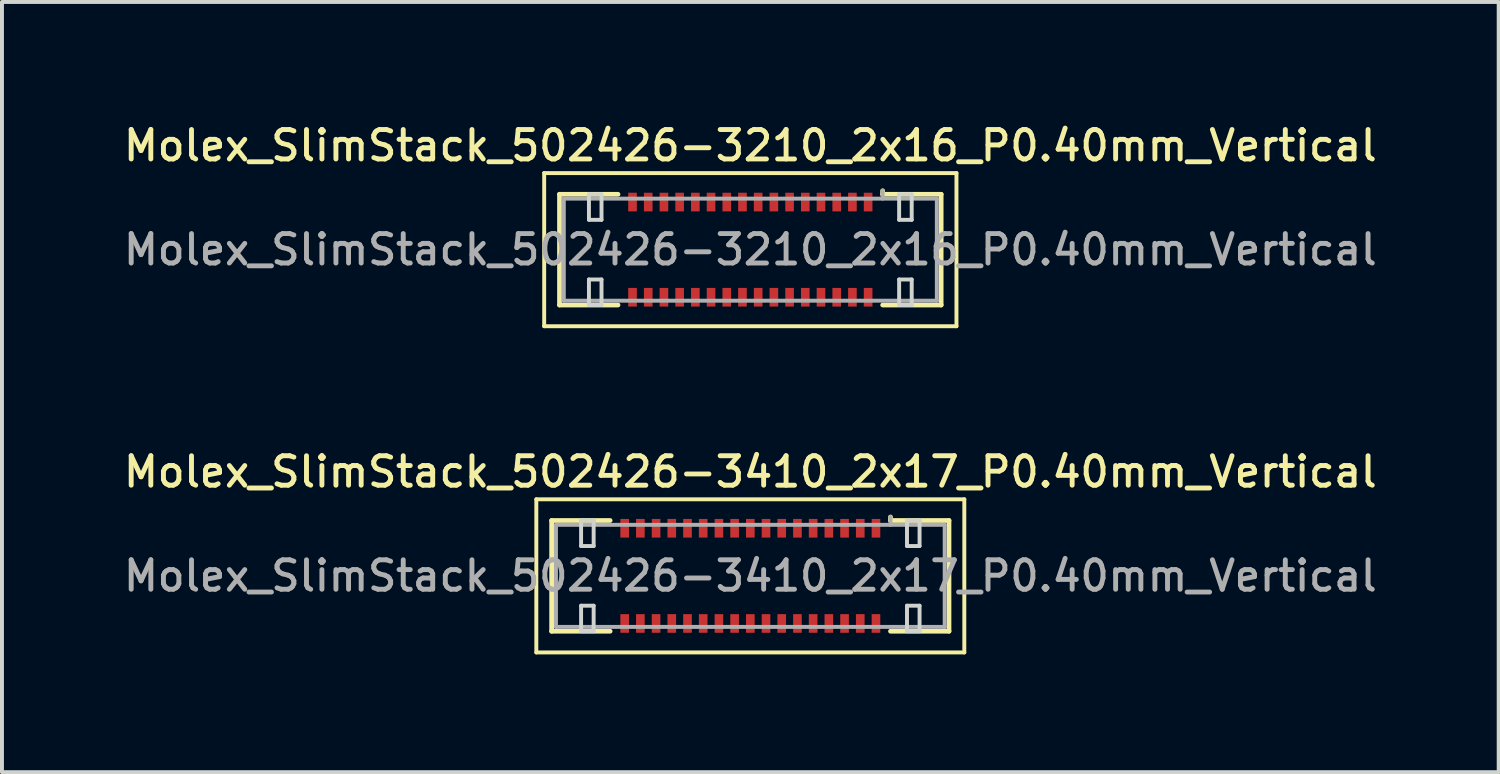
<source format=kicad_pcb>
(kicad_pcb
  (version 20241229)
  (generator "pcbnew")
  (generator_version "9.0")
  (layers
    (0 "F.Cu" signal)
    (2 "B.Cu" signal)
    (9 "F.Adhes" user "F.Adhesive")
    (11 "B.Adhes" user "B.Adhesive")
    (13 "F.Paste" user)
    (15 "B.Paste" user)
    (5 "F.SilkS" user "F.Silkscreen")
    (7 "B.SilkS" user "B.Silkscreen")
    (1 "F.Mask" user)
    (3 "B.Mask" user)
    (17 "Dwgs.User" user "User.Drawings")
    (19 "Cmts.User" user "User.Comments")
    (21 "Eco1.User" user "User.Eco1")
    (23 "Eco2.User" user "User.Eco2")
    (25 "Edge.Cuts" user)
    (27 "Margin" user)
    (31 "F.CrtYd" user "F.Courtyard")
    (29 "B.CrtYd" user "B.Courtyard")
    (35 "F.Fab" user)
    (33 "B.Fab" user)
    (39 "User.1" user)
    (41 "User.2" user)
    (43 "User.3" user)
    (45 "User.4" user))
  (footprint "Molex_SlimStack_502426-3410_2x17_P0.40mm_Vertical"
    (layer "F.Cu")
    (at 16.059 11.616)
    (property "Reference" "Molex_SlimStack_502426-3410_2x17_P0.40mm_Vertical" (at 0 -2.65 0) (layer "F.SilkS") (effects (font (size 0.75 0.75) (thickness 0.125))))
    (attr smd)
    (fp_line (start -5.45 -1.95) (end -5.45 1.95) (stroke (width 0.1) (type solid)) (layer "F.SilkS"))
    (fp_line (start -5.45 1.95) (end 5.45 1.95) (stroke (width 0.1) (type solid)) (layer "F.SilkS"))
    (fp_line (start -5.06 -1.41) (end -3.57 -1.41) (stroke (width 0.12) (type solid)) (layer "F.SilkS"))
    (fp_line (start -5.06 1.41) (end -5.06 -1.41) (stroke (width 0.12) (type solid)) (layer "F.SilkS"))
    (fp_line (start -3.57 1.41) (end -5.06 1.41) (stroke (width 0.12) (type solid)) (layer "F.SilkS"))
    (fp_line (start 3.57 -1.41) (end 3.57 -1.5) (stroke (width 0.12) (type solid)) (layer "F.SilkS"))
    (fp_line (start 3.57 1.41) (end 5.06 1.41) (stroke (width 0.12) (type solid)) (layer "F.SilkS"))
    (fp_line (start 5.06 -1.41) (end 3.57 -1.41) (stroke (width 0.12) (type solid)) (layer "F.SilkS"))
    (fp_line (start 5.06 1.41) (end 5.06 -1.41) (stroke (width 0.12) (type solid)) (layer "F.SilkS"))
    (fp_line (start 5.45 -1.95) (end -5.45 -1.95) (stroke (width 0.1) (type solid)) (layer "F.SilkS"))
    (fp_line (start 5.45 1.95) (end 5.45 -1.95) (stroke (width 0.1) (type solid)) (layer "F.SilkS"))
    (fp_line (start -4.31 -1.41) (end -4.31 -0.76) (stroke (width 0.1) (type solid)) (layer "Edge.Cuts"))
    (fp_line (start -4.31 -0.76) (end -3.99 -0.76) (stroke (width 0.1) (type solid)) (layer "Edge.Cuts"))
    (fp_line (start -4.31 0.76) (end -4.31 1.41) (stroke (width 0.1) (type solid)) (layer "Edge.Cuts"))
    (fp_line (start -4.31 1.41) (end -3.99 1.41) (stroke (width 0.1) (type solid)) (layer "Edge.Cuts"))
    (fp_line (start -3.99 -1.41) (end -4.31 -1.41) (stroke (width 0.1) (type solid)) (layer "Edge.Cuts"))
    (fp_line (start -3.99 -0.76) (end -3.99 -1.41) (stroke (width 0.1) (type solid)) (layer "Edge.Cuts"))
    (fp_line (start -3.99 0.76) (end -4.31 0.76) (stroke (width 0.1) (type solid)) (layer "Edge.Cuts"))
    (fp_line (start -3.99 1.41) (end -3.99 0.76) (stroke (width 0.1) (type solid)) (layer "Edge.Cuts"))
    (fp_line (start 3.99 -1.41) (end 3.99 -0.76) (stroke (width 0.1) (type solid)) (layer "Edge.Cuts"))
    (fp_line (start 3.99 -0.76) (end 4.31 -0.76) (stroke (width 0.1) (type solid)) (layer "Edge.Cuts"))
    (fp_line (start 3.99 0.76) (end 3.99 1.41) (stroke (width 0.1) (type solid)) (layer "Edge.Cuts"))
    (fp_line (start 3.99 1.41) (end 4.31 1.41) (stroke (width 0.1) (type solid)) (layer "Edge.Cuts"))
    (fp_line (start 4.31 -1.41) (end 3.99 -1.41) (stroke (width 0.1) (type solid)) (layer "Edge.Cuts"))
    (fp_line (start 4.31 -0.76) (end 4.31 -1.41) (stroke (width 0.1) (type solid)) (layer "Edge.Cuts"))
    (fp_line (start 4.31 0.76) (end 3.99 0.76) (stroke (width 0.1) (type solid)) (layer "Edge.Cuts"))
    (fp_line (start 4.31 1.41) (end 4.31 0.76) (stroke (width 0.1) (type solid)) (layer "Edge.Cuts"))
    (fp_line (start -4.95 -1.3) (end -4.95 1.3) (stroke (width 0.1) (type solid)) (layer "F.Fab"))
    (fp_line (start -4.95 1.3) (end 4.95 1.3) (stroke (width 0.1) (type solid)) (layer "F.Fab"))
    (fp_line (start 3.57 -1.3) (end 3.57 -1.5) (stroke (width 0.1) (type solid)) (layer "F.Fab"))
    (fp_line (start 4.95 -1.3) (end -4.95 -1.3) (stroke (width 0.1) (type solid)) (layer "F.Fab"))
    (fp_line (start 4.95 1.3) (end 4.95 -1.3) (stroke (width 0.1) (type solid)) (layer "F.Fab"))
    (fp_text user "${REFERENCE}" (at 0 0 0) (layer "F.Fab") (effects (font (size 0.75 0.75) (thickness 0.125))))
    (pad "1" smd rect (at 3.2 -1.212) (size 0.22 0.475) (layers "F.Cu" "F.Mask" "F.Paste"))
    (pad "2" smd rect (at 3.2 1.212) (size 0.22 0.475) (layers "F.Cu" "F.Mask" "F.Paste"))
    (pad "3" smd rect (at 2.8 -1.212) (size 0.22 0.475) (layers "F.Cu" "F.Mask" "F.Paste"))
    (pad "4" smd rect (at 2.8 1.212) (size 0.22 0.475) (layers "F.Cu" "F.Mask" "F.Paste"))
    (pad "5" smd rect (at 2.4 -1.212) (size 0.22 0.475) (layers "F.Cu" "F.Mask" "F.Paste"))
    (pad "6" smd rect (at 2.4 1.212) (size 0.22 0.475) (layers "F.Cu" "F.Mask" "F.Paste"))
    (pad "7" smd rect (at 2 -1.212) (size 0.22 0.475) (layers "F.Cu" "F.Mask" "F.Paste"))
    (pad "8" smd rect (at 2 1.212) (size 0.22 0.475) (layers "F.Cu" "F.Mask" "F.Paste"))
    (pad "9" smd rect (at 1.6 -1.212) (size 0.22 0.475) (layers "F.Cu" "F.Mask" "F.Paste"))
    (pad "10" smd rect (at 1.6 1.212) (size 0.22 0.475) (layers "F.Cu" "F.Mask" "F.Paste"))
    (pad "11" smd rect (at 1.2 -1.212) (size 0.22 0.475) (layers "F.Cu" "F.Mask" "F.Paste"))
    (pad "12" smd rect (at 1.2 1.212) (size 0.22 0.475) (layers "F.Cu" "F.Mask" "F.Paste"))
    (pad "13" smd rect (at 0.8 -1.212) (size 0.22 0.475) (layers "F.Cu" "F.Mask" "F.Paste"))
    (pad "14" smd rect (at 0.8 1.212) (size 0.22 0.475) (layers "F.Cu" "F.Mask" "F.Paste"))
    (pad "15" smd rect (at 0.4 -1.212) (size 0.22 0.475) (layers "F.Cu" "F.Mask" "F.Paste"))
    (pad "16" smd rect (at 0.4 1.212) (size 0.22 0.475) (layers "F.Cu" "F.Mask" "F.Paste"))
    (pad "17" smd rect (at 0 -1.212) (size 0.22 0.475) (layers "F.Cu" "F.Mask" "F.Paste"))
    (pad "18" smd rect (at 0 1.212) (size 0.22 0.475) (layers "F.Cu" "F.Mask" "F.Paste"))
    (pad "19" smd rect (at -0.4 -1.212) (size 0.22 0.475) (layers "F.Cu" "F.Mask" "F.Paste"))
    (pad "20" smd rect (at -0.4 1.212) (size 0.22 0.475) (layers "F.Cu" "F.Mask" "F.Paste"))
    (pad "21" smd rect (at -0.8 -1.212) (size 0.22 0.475) (layers "F.Cu" "F.Mask" "F.Paste"))
    (pad "22" smd rect (at -0.8 1.212) (size 0.22 0.475) (layers "F.Cu" "F.Mask" "F.Paste"))
    (pad "23" smd rect (at -1.2 -1.212) (size 0.22 0.475) (layers "F.Cu" "F.Mask" "F.Paste"))
    (pad "24" smd rect (at -1.2 1.212) (size 0.22 0.475) (layers "F.Cu" "F.Mask" "F.Paste"))
    (pad "25" smd rect (at -1.6 -1.212) (size 0.22 0.475) (layers "F.Cu" "F.Mask" "F.Paste"))
    (pad "26" smd rect (at -1.6 1.212) (size 0.22 0.475) (layers "F.Cu" "F.Mask" "F.Paste"))
    (pad "27" smd rect (at -2 -1.212) (size 0.22 0.475) (layers "F.Cu" "F.Mask" "F.Paste"))
    (pad "28" smd rect (at -2 1.212) (size 0.22 0.475) (layers "F.Cu" "F.Mask" "F.Paste"))
    (pad "29" smd rect (at -2.4 -1.212) (size 0.22 0.475) (layers "F.Cu" "F.Mask" "F.Paste"))
    (pad "30" smd rect (at -2.4 1.212) (size 0.22 0.475) (layers "F.Cu" "F.Mask" "F.Paste"))
    (pad "31" smd rect (at -2.8 -1.212) (size 0.22 0.475) (layers "F.Cu" "F.Mask" "F.Paste"))
    (pad "32" smd rect (at -2.8 1.212) (size 0.22 0.475) (layers "F.Cu" "F.Mask" "F.Paste"))
    (pad "33" smd rect (at -3.2 -1.212) (size 0.22 0.475) (layers "F.Cu" "F.Mask" "F.Paste"))
    (pad "34" smd rect (at -3.2 1.212) (size 0.22 0.475) (layers "F.Cu" "F.Mask" "F.Paste")))
  (footprint "Molex_SlimStack_502426-3210_2x16_P0.40mm_Vertical"
    (layer "F.Cu")
    (at 16.059 3.308)
    (property "Reference" "Molex_SlimStack_502426-3210_2x16_P0.40mm_Vertical" (at 0 -2.65 0) (layer "F.SilkS") (effects (font (size 0.75 0.75) (thickness 0.125))))
    (attr smd)
    (fp_line (start -5.25 -1.95) (end -5.25 1.95) (stroke (width 0.1) (type solid)) (layer "F.SilkS"))
    (fp_line (start -5.25 1.95) (end 5.25 1.95) (stroke (width 0.1) (type solid)) (layer "F.SilkS"))
    (fp_line (start -4.86 -1.41) (end -3.37 -1.41) (stroke (width 0.12) (type solid)) (layer "F.SilkS"))
    (fp_line (start -4.86 1.41) (end -4.86 -1.41) (stroke (width 0.12) (type solid)) (layer "F.SilkS"))
    (fp_line (start -3.37 1.41) (end -4.86 1.41) (stroke (width 0.12) (type solid)) (layer "F.SilkS"))
    (fp_line (start 3.37 -1.41) (end 3.37 -1.5) (stroke (width 0.12) (type solid)) (layer "F.SilkS"))
    (fp_line (start 3.37 1.41) (end 4.86 1.41) (stroke (width 0.12) (type solid)) (layer "F.SilkS"))
    (fp_line (start 4.86 -1.41) (end 3.37 -1.41) (stroke (width 0.12) (type solid)) (layer "F.SilkS"))
    (fp_line (start 4.86 1.41) (end 4.86 -1.41) (stroke (width 0.12) (type solid)) (layer "F.SilkS"))
    (fp_line (start 5.25 -1.95) (end -5.25 -1.95) (stroke (width 0.1) (type solid)) (layer "F.SilkS"))
    (fp_line (start 5.25 1.95) (end 5.25 -1.95) (stroke (width 0.1) (type solid)) (layer "F.SilkS"))
    (fp_line (start -4.11 -1.41) (end -4.11 -0.76) (stroke (width 0.1) (type solid)) (layer "Edge.Cuts"))
    (fp_line (start -4.11 -0.76) (end -3.79 -0.76) (stroke (width 0.1) (type solid)) (layer "Edge.Cuts"))
    (fp_line (start -4.11 0.76) (end -4.11 1.41) (stroke (width 0.1) (type solid)) (layer "Edge.Cuts"))
    (fp_line (start -4.11 1.41) (end -3.79 1.41) (stroke (width 0.1) (type solid)) (layer "Edge.Cuts"))
    (fp_line (start -3.79 -1.41) (end -4.11 -1.41) (stroke (width 0.1) (type solid)) (layer "Edge.Cuts"))
    (fp_line (start -3.79 -0.76) (end -3.79 -1.41) (stroke (width 0.1) (type solid)) (layer "Edge.Cuts"))
    (fp_line (start -3.79 0.76) (end -4.11 0.76) (stroke (width 0.1) (type solid)) (layer "Edge.Cuts"))
    (fp_line (start -3.79 1.41) (end -3.79 0.76) (stroke (width 0.1) (type solid)) (layer "Edge.Cuts"))
    (fp_line (start 3.79 -1.41) (end 3.79 -0.76) (stroke (width 0.1) (type solid)) (layer "Edge.Cuts"))
    (fp_line (start 3.79 -0.76) (end 4.11 -0.76) (stroke (width 0.1) (type solid)) (layer "Edge.Cuts"))
    (fp_line (start 3.79 0.76) (end 3.79 1.41) (stroke (width 0.1) (type solid)) (layer "Edge.Cuts"))
    (fp_line (start 3.79 1.41) (end 4.11 1.41) (stroke (width 0.1) (type solid)) (layer "Edge.Cuts"))
    (fp_line (start 4.11 -1.41) (end 3.79 -1.41) (stroke (width 0.1) (type solid)) (layer "Edge.Cuts"))
    (fp_line (start 4.11 -0.76) (end 4.11 -1.41) (stroke (width 0.1) (type solid)) (layer "Edge.Cuts"))
    (fp_line (start 4.11 0.76) (end 3.79 0.76) (stroke (width 0.1) (type solid)) (layer "Edge.Cuts"))
    (fp_line (start 4.11 1.41) (end 4.11 0.76) (stroke (width 0.1) (type solid)) (layer "Edge.Cuts"))
    (fp_line (start -4.75 -1.3) (end -4.75 1.3) (stroke (width 0.1) (type solid)) (layer "F.Fab"))
    (fp_line (start -4.75 1.3) (end 4.75 1.3) (stroke (width 0.1) (type solid)) (layer "F.Fab"))
    (fp_line (start 3.37 -1.3) (end 3.37 -1.5) (stroke (width 0.1) (type solid)) (layer "F.Fab"))
    (fp_line (start 4.75 -1.3) (end -4.75 -1.3) (stroke (width 0.1) (type solid)) (layer "F.Fab"))
    (fp_line (start 4.75 1.3) (end 4.75 -1.3) (stroke (width 0.1) (type solid)) (layer "F.Fab"))
    (fp_text user "${REFERENCE}" (at 0 0 0) (layer "F.Fab") (effects (font (size 0.75 0.75) (thickness 0.125))))
    (pad "1" smd rect (at 3 -1.212) (size 0.22 0.475) (layers "F.Cu" "F.Mask" "F.Paste"))
    (pad "2" smd rect (at 3 1.212) (size 0.22 0.475) (layers "F.Cu" "F.Mask" "F.Paste"))
    (pad "3" smd rect (at 2.6 -1.212) (size 0.22 0.475) (layers "F.Cu" "F.Mask" "F.Paste"))
    (pad "4" smd rect (at 2.6 1.212) (size 0.22 0.475) (layers "F.Cu" "F.Mask" "F.Paste"))
    (pad "5" smd rect (at 2.2 -1.212) (size 0.22 0.475) (layers "F.Cu" "F.Mask" "F.Paste"))
    (pad "6" smd rect (at 2.2 1.212) (size 0.22 0.475) (layers "F.Cu" "F.Mask" "F.Paste"))
    (pad "7" smd rect (at 1.8 -1.212) (size 0.22 0.475) (layers "F.Cu" "F.Mask" "F.Paste"))
    (pad "8" smd rect (at 1.8 1.212) (size 0.22 0.475) (layers "F.Cu" "F.Mask" "F.Paste"))
    (pad "9" smd rect (at 1.4 -1.212) (size 0.22 0.475) (layers "F.Cu" "F.Mask" "F.Paste"))
    (pad "10" smd rect (at 1.4 1.212) (size 0.22 0.475) (layers "F.Cu" "F.Mask" "F.Paste"))
    (pad "11" smd rect (at 1 -1.212) (size 0.22 0.475) (layers "F.Cu" "F.Mask" "F.Paste"))
    (pad "12" smd rect (at 1 1.212) (size 0.22 0.475) (layers "F.Cu" "F.Mask" "F.Paste"))
    (pad "13" smd rect (at 0.6 -1.212) (size 0.22 0.475) (layers "F.Cu" "F.Mask" "F.Paste"))
    (pad "14" smd rect (at 0.6 1.212) (size 0.22 0.475) (layers "F.Cu" "F.Mask" "F.Paste"))
    (pad "15" smd rect (at 0.2 -1.212) (size 0.22 0.475) (layers "F.Cu" "F.Mask" "F.Paste"))
    (pad "16" smd rect (at 0.2 1.212) (size 0.22 0.475) (layers "F.Cu" "F.Mask" "F.Paste"))
    (pad "17" smd rect (at -0.2 -1.212) (size 0.22 0.475) (layers "F.Cu" "F.Mask" "F.Paste"))
    (pad "18" smd rect (at -0.2 1.212) (size 0.22 0.475) (layers "F.Cu" "F.Mask" "F.Paste"))
    (pad "19" smd rect (at -0.6 -1.212) (size 0.22 0.475) (layers "F.Cu" "F.Mask" "F.Paste"))
    (pad "20" smd rect (at -0.6 1.212) (size 0.22 0.475) (layers "F.Cu" "F.Mask" "F.Paste"))
    (pad "21" smd rect (at -1 -1.212) (size 0.22 0.475) (layers "F.Cu" "F.Mask" "F.Paste"))
    (pad "22" smd rect (at -1 1.212) (size 0.22 0.475) (layers "F.Cu" "F.Mask" "F.Paste"))
    (pad "23" smd rect (at -1.4 -1.212) (size 0.22 0.475) (layers "F.Cu" "F.Mask" "F.Paste"))
    (pad "24" smd rect (at -1.4 1.212) (size 0.22 0.475) (layers "F.Cu" "F.Mask" "F.Paste"))
    (pad "25" smd rect (at -1.8 -1.212) (size 0.22 0.475) (layers "F.Cu" "F.Mask" "F.Paste"))
    (pad "26" smd rect (at -1.8 1.212) (size 0.22 0.475) (layers "F.Cu" "F.Mask" "F.Paste"))
    (pad "27" smd rect (at -2.2 -1.212) (size 0.22 0.475) (layers "F.Cu" "F.Mask" "F.Paste"))
    (pad "28" smd rect (at -2.2 1.212) (size 0.22 0.475) (layers "F.Cu" "F.Mask" "F.Paste"))
    (pad "29" smd rect (at -2.6 -1.212) (size 0.22 0.475) (layers "F.Cu" "F.Mask" "F.Paste"))
    (pad "30" smd rect (at -2.6 1.212) (size 0.22 0.475) (layers "F.Cu" "F.Mask" "F.Paste"))
    (pad "31" smd rect (at -3 -1.212) (size 0.22 0.475) (layers "F.Cu" "F.Mask" "F.Paste"))
    (pad "32" smd rect (at -3 1.212) (size 0.22 0.475) (layers "F.Cu" "F.Mask" "F.Paste")))
  (gr_rect
    (start -3 -3)
    (end 35.118 16.616)
    (stroke (width 0.1) (type default))
    (fill no)
    (layer "Edge.Cuts")))
</source>
